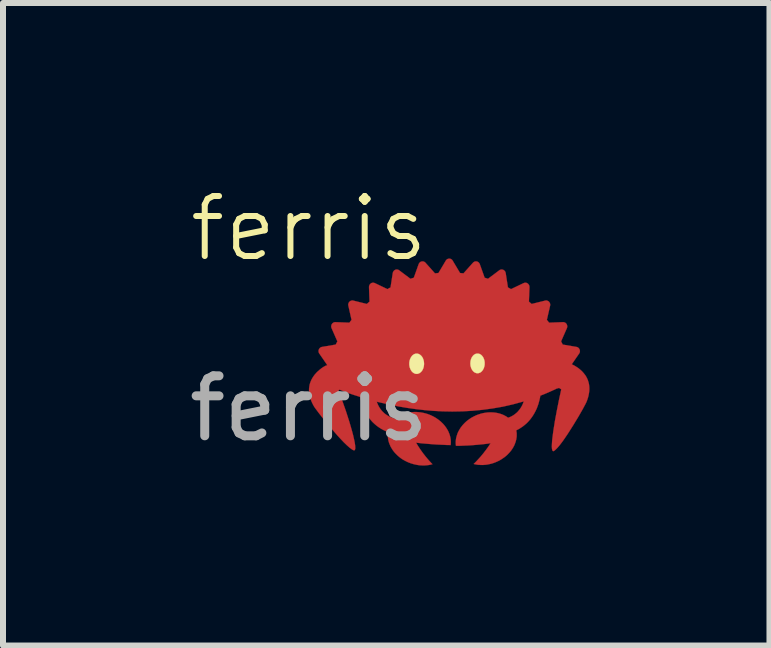
<source format=kicad_pcb>
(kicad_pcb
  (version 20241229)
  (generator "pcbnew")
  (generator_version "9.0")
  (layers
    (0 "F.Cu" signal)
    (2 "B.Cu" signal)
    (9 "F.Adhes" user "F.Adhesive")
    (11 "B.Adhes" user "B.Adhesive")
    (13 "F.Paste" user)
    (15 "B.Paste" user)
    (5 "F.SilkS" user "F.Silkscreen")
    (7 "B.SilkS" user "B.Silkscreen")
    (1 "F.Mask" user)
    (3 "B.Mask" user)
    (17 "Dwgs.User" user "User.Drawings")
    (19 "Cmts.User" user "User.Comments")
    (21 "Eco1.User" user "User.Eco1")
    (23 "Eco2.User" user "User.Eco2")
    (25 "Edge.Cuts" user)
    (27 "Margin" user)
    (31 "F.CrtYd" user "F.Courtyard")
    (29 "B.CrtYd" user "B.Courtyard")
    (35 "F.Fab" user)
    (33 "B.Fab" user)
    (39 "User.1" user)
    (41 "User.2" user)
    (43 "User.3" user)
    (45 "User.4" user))
  (footprint "ferris"
    (layer "F.Cu")
    (at 2.101 1.26)
    (property "Reference" "ferris" (at 0 -0.5 0) (unlocked yes) (layer "F.SilkS") (effects (font (size 1 1) (thickness 0.1))))
    (attr smd)
    (fp_poly (pts (xy 1.929 1.562) (xy 1.949 1.564) (xy 1.968 1.566) (xy 1.988 1.57) (xy 2.008 1.576) (xy 2.027 1.582) (xy 2.047 1.591) (xy 2.066 1.601) (xy 2.084 1.614) (xy 2.102 1.628) (xy 2.119 1.645) (xy 2.135 1.663) (xy 2.15 1.685) (xy 2.164 1.709) (xy 2.177 1.735) (xy 2.188 1.764) (xy 2.198 1.797) (xy 2.202 1.815) (xy 2.205 1.836) (xy 2.208 1.863) (xy 2.21 1.895) (xy 2.21 1.931) (xy 2.207 1.969) (xy 2.204 1.989) (xy 2.2 2.009) (xy 2.195 2.03) (xy 2.188 2.05) (xy 2.18 2.07) (xy 2.171 2.089) (xy 2.16 2.108) (xy 2.147 2.127) (xy 2.133 2.144) (xy 2.116 2.161) (xy 2.097 2.176) (xy 2.077 2.19) (xy 2.053 2.203) (xy 2.028 2.214) (xy 2 2.223) (xy 1.969 2.231) (xy 1.936 2.237) (xy 1.899 2.24) (xy 1.878 2.235) (xy 1.854 2.227) (xy 1.824 2.216) (xy 1.791 2.2) (xy 1.755 2.18) (xy 1.737 2.168) (xy 1.719 2.154) (xy 1.702 2.139) (xy 1.686 2.123) (xy 1.67 2.104) (xy 1.656 2.085) (xy 1.644 2.063) (xy 1.633 2.04) (xy 1.624 2.014) (xy 1.618 1.987) (xy 1.614 1.958) (xy 1.613 1.927) (xy 1.615 1.894) (xy 1.62 1.859) (xy 1.629 1.821) (xy 1.641 1.781) (xy 1.658 1.739) (xy 1.679 1.695) (xy 1.704 1.648) (xy 1.735 1.598) (xy 1.735 1.598) (xy 1.75 1.592) (xy 1.769 1.585) (xy 1.793 1.578) (xy 1.822 1.571) (xy 1.855 1.566) (xy 1.873 1.564) (xy 1.891 1.562) (xy 1.91 1.562)) (stroke (width 0.004) (type solid)) (fill yes) (layer "F.Cu"))
    (fp_poly (pts (xy 2.915 1.558) (xy 2.933 1.56) (xy 2.951 1.563) (xy 2.97 1.568) (xy 2.989 1.575) (xy 3.008 1.584) (xy 3.028 1.595) (xy 3.048 1.608) (xy 3.067 1.623) (xy 3.087 1.641) (xy 3.107 1.661) (xy 3.114 1.675) (xy 3.131 1.712) (xy 3.141 1.738) (xy 3.151 1.768) (xy 3.161 1.8) (xy 3.17 1.836) (xy 3.173 1.854) (xy 3.176 1.873) (xy 3.179 1.892) (xy 3.181 1.911) (xy 3.181 1.931) (xy 3.181 1.95) (xy 3.18 1.969) (xy 3.178 1.988) (xy 3.174 2.007) (xy 3.169 2.026) (xy 3.163 2.044) (xy 3.155 2.062) (xy 3.146 2.079) (xy 3.135 2.096) (xy 3.122 2.111) (xy 3.107 2.126) (xy 3.095 2.135) (xy 3.081 2.145) (xy 3.062 2.157) (xy 3.039 2.17) (xy 3.013 2.184) (xy 2.983 2.197) (xy 2.968 2.202) (xy 2.952 2.208) (xy 2.935 2.213) (xy 2.918 2.217) (xy 2.901 2.22) (xy 2.883 2.222) (xy 2.866 2.223) (xy 2.848 2.223) (xy 2.83 2.221) (xy 2.813 2.218) (xy 2.795 2.213) (xy 2.778 2.207) (xy 2.761 2.199) (xy 2.744 2.189) (xy 2.728 2.177) (xy 2.712 2.162) (xy 2.697 2.146) (xy 2.682 2.126) (xy 2.675 2.119) (xy 2.667 2.109) (xy 2.657 2.095) (xy 2.646 2.078) (xy 2.64 2.068) (xy 2.634 2.057) (xy 2.629 2.045) (xy 2.624 2.032) (xy 2.619 2.019) (xy 2.614 2.004) (xy 2.61 1.989) (xy 2.607 1.973) (xy 2.604 1.956) (xy 2.602 1.938) (xy 2.602 1.919) (xy 2.602 1.9) (xy 2.603 1.879) (xy 2.606 1.858) (xy 2.61 1.836) (xy 2.615 1.814) (xy 2.622 1.79) (xy 2.63 1.766) (xy 2.64 1.741) (xy 2.652 1.715) (xy 2.666 1.689) (xy 2.682 1.661) (xy 2.692 1.652) (xy 2.703 1.641) (xy 2.719 1.629) (xy 2.738 1.615) (xy 2.749 1.607) (xy 2.761 1.6) (xy 2.773 1.593) (xy 2.787 1.586) (xy 2.801 1.58) (xy 2.815 1.574) (xy 2.83 1.569) (xy 2.846 1.565) (xy 2.863 1.562) (xy 2.879 1.559) (xy 2.897 1.558)) (stroke (width 0.004) (type solid)) (fill yes) (layer "F.Cu"))
    (fp_poly (pts (xy 1.801 1.585) (xy 1.807 1.585) (xy 1.813 1.586) (xy 1.819 1.588) (xy 1.825 1.59) (xy 1.831 1.592) (xy 1.837 1.595) (xy 1.843 1.598) (xy 1.848 1.601) (xy 1.853 1.605) (xy 1.858 1.609) (xy 1.863 1.613) (xy 1.868 1.618) (xy 1.873 1.623) (xy 1.877 1.628) (xy 1.882 1.634) (xy 1.886 1.64) (xy 1.89 1.646) (xy 1.893 1.652) (xy 1.897 1.659) (xy 1.9 1.666) (xy 1.903 1.673) (xy 1.905 1.68) (xy 1.908 1.688) (xy 1.91 1.695) (xy 1.912 1.703) (xy 1.914 1.711) (xy 1.915 1.72) (xy 1.916 1.728) (xy 1.917 1.736) (xy 1.917 1.745) (xy 1.918 1.754) (xy 1.917 1.771) (xy 1.915 1.788) (xy 1.912 1.804) (xy 1.908 1.819) (xy 1.903 1.834) (xy 1.897 1.848) (xy 1.89 1.861) (xy 1.882 1.873) (xy 1.873 1.884) (xy 1.868 1.889) (xy 1.863 1.894) (xy 1.858 1.898) (xy 1.853 1.902) (xy 1.848 1.906) (xy 1.843 1.909) (xy 1.837 1.912) (xy 1.831 1.915) (xy 1.825 1.917) (xy 1.819 1.919) (xy 1.813 1.921) (xy 1.807 1.922) (xy 1.801 1.922) (xy 1.795 1.923) (xy 1.788 1.922) (xy 1.782 1.922) (xy 1.776 1.921) (xy 1.77 1.919) (xy 1.764 1.917) (xy 1.758 1.915) (xy 1.752 1.912) (xy 1.747 1.909) (xy 1.741 1.906) (xy 1.736 1.902) (xy 1.731 1.898) (xy 1.726 1.894) (xy 1.721 1.889) (xy 1.716 1.884) (xy 1.712 1.879) (xy 1.708 1.873) (xy 1.704 1.867) (xy 1.7 1.861) (xy 1.696 1.855) (xy 1.693 1.848) (xy 1.69 1.841) (xy 1.687 1.834) (xy 1.684 1.827) (xy 1.681 1.819) (xy 1.679 1.812) (xy 1.677 1.804) (xy 1.676 1.796) (xy 1.674 1.788) (xy 1.673 1.779) (xy 1.672 1.771) (xy 1.672 1.762) (xy 1.672 1.754) (xy 1.672 1.736) (xy 1.674 1.72) (xy 1.677 1.703) (xy 1.681 1.688) (xy 1.687 1.673) (xy 1.693 1.659) (xy 1.7 1.646) (xy 1.708 1.634) (xy 1.716 1.623) (xy 1.721 1.618) (xy 1.726 1.613) (xy 1.731 1.609) (xy 1.736 1.605) (xy 1.741 1.601) (xy 1.747 1.598) (xy 1.752 1.595) (xy 1.758 1.592) (xy 1.764 1.59) (xy 1.77 1.588) (xy 1.776 1.586) (xy 1.782 1.585) (xy 1.788 1.585) (xy 1.795 1.585)) (stroke (width 0.004) (type solid)) (fill yes) (layer "F.Cu"))
    (fp_poly (pts (xy 2.815 1.584) (xy 2.821 1.585) (xy 2.827 1.586) (xy 2.833 1.587) (xy 2.839 1.589) (xy 2.845 1.591) (xy 2.85 1.594) (xy 2.856 1.597) (xy 2.861 1.6) (xy 2.866 1.603) (xy 2.871 1.607) (xy 2.876 1.612) (xy 2.88 1.616) (xy 2.885 1.621) (xy 2.889 1.626) (xy 2.893 1.632) (xy 2.897 1.637) (xy 2.901 1.643) (xy 2.905 1.65) (xy 2.908 1.656) (xy 2.911 1.663) (xy 2.914 1.67) (xy 2.917 1.677) (xy 2.919 1.684) (xy 2.921 1.691) (xy 2.923 1.699) (xy 2.925 1.707) (xy 2.926 1.715) (xy 2.927 1.723) (xy 2.928 1.731) (xy 2.928 1.739) (xy 2.928 1.748) (xy 2.928 1.764) (xy 2.926 1.781) (xy 2.923 1.796) (xy 2.919 1.811) (xy 2.914 1.826) (xy 2.908 1.839) (xy 2.901 1.852) (xy 2.893 1.864) (xy 2.885 1.874) (xy 2.88 1.879) (xy 2.876 1.884) (xy 2.871 1.888) (xy 2.866 1.892) (xy 2.861 1.895) (xy 2.856 1.899) (xy 2.85 1.902) (xy 2.845 1.904) (xy 2.839 1.906) (xy 2.833 1.908) (xy 2.827 1.91) (xy 2.821 1.911) (xy 2.815 1.911) (xy 2.809 1.912) (xy 2.803 1.911) (xy 2.797 1.911) (xy 2.791 1.91) (xy 2.785 1.908) (xy 2.779 1.906) (xy 2.774 1.904) (xy 2.768 1.902) (xy 2.763 1.899) (xy 2.757 1.895) (xy 2.752 1.892) (xy 2.747 1.888) (xy 2.742 1.884) (xy 2.738 1.879) (xy 2.733 1.874) (xy 2.729 1.869) (xy 2.725 1.864) (xy 2.721 1.858) (xy 2.717 1.852) (xy 2.714 1.846) (xy 2.71 1.839) (xy 2.707 1.833) (xy 2.704 1.826) (xy 2.702 1.819) (xy 2.699 1.811) (xy 2.697 1.804) (xy 2.695 1.796) (xy 2.694 1.789) (xy 2.692 1.781) (xy 2.691 1.773) (xy 2.691 1.764) (xy 2.69 1.756) (xy 2.69 1.748) (xy 2.691 1.731) (xy 2.692 1.715) (xy 2.695 1.699) (xy 2.699 1.684) (xy 2.704 1.67) (xy 2.71 1.656) (xy 2.717 1.643) (xy 2.725 1.632) (xy 2.733 1.621) (xy 2.738 1.616) (xy 2.742 1.612) (xy 2.747 1.607) (xy 2.752 1.603) (xy 2.757 1.6) (xy 2.763 1.597) (xy 2.768 1.594) (xy 2.774 1.591) (xy 2.779 1.589) (xy 2.785 1.587) (xy 2.791 1.586) (xy 2.797 1.585) (xy 2.803 1.584) (xy 2.809 1.584)) (stroke (width 0.004) (type solid)) (fill yes) (layer "F.Cu"))
    (fp_poly (pts (xy 2.34 0.001) (xy 2.342 0.002) (xy 2.344 0.002) (xy 2.346 0.002) (xy 2.348 0.002) (xy 2.351 0.003) (xy 2.353 0.003) (xy 2.355 0.004) (xy 2.357 0.004) (xy 2.359 0.005) (xy 2.361 0.006) (xy 2.363 0.007) (xy 2.365 0.007) (xy 2.367 0.008) (xy 2.369 0.009) (xy 2.371 0.01) (xy 2.373 0.011) (xy 2.374 0.013) (xy 2.376 0.014) (xy 2.378 0.015) (xy 2.38 0.017) (xy 2.381 0.018) (xy 2.383 0.019) (xy 2.384 0.021) (xy 2.386 0.022) (xy 2.387 0.024) (xy 2.389 0.026) (xy 2.39 0.028) (xy 2.392 0.029) (xy 2.393 0.031) (xy 2.394 0.033) (xy 2.395 0.035) (xy 2.518 0.241) (xy 2.532 0.242) (xy 2.546 0.244) (xy 2.561 0.245) (xy 2.575 0.247) (xy 2.733 0.07) (xy 2.737 0.066) (xy 2.74 0.063) (xy 2.743 0.061) (xy 2.747 0.058) (xy 2.751 0.056) (xy 2.754 0.054) (xy 2.758 0.052) (xy 2.762 0.051) (xy 2.766 0.049) (xy 2.771 0.048) (xy 2.775 0.048) (xy 2.779 0.047) (xy 2.783 0.047) (xy 2.788 0.047) (xy 2.792 0.048) (xy 2.796 0.048) (xy 2.801 0.05) (xy 2.805 0.051) (xy 2.809 0.052) (xy 2.813 0.054) (xy 2.817 0.056) (xy 2.82 0.059) (xy 2.824 0.061) (xy 2.827 0.064) (xy 2.83 0.067) (xy 2.833 0.07) (xy 2.836 0.074) (xy 2.839 0.077) (xy 2.841 0.081) (xy 2.843 0.085) (xy 2.845 0.089) (xy 2.847 0.093) (xy 2.928 0.32) (xy 2.942 0.324) (xy 2.956 0.328) (xy 2.97 0.333) (xy 2.984 0.337) (xy 3.172 0.196) (xy 3.176 0.194) (xy 3.179 0.191) (xy 3.183 0.189) (xy 3.187 0.187) (xy 3.191 0.186) (xy 3.195 0.185) (xy 3.2 0.184) (xy 3.204 0.183) (xy 3.208 0.183) (xy 3.212 0.183) (xy 3.217 0.183) (xy 3.221 0.183) (xy 3.225 0.184) (xy 3.229 0.185) (xy 3.234 0.187) (xy 3.238 0.188) (xy 3.242 0.19) (xy 3.246 0.192) (xy 3.249 0.195) (xy 3.253 0.197) (xy 3.256 0.2) (xy 3.259 0.203) (xy 3.262 0.206) (xy 3.265 0.21) (xy 3.268 0.213) (xy 3.27 0.217) (xy 3.272 0.221) (xy 3.274 0.225) (xy 3.275 0.229) (xy 3.277 0.233) (xy 3.278 0.238) (xy 3.279 0.242) (xy 3.316 0.481) (xy 3.329 0.488) (xy 3.342 0.495) (xy 3.355 0.502) (xy 3.367 0.51) (xy 3.578 0.409) (xy 3.582 0.408) (xy 3.587 0.406) (xy 3.591 0.405) (xy 3.595 0.404) (xy 3.599 0.403) (xy 3.604 0.403) (xy 3.608 0.403) (xy 3.612 0.403) (xy 3.616 0.404) (xy 3.621 0.404) (xy 3.625 0.405) (xy 3.629 0.407) (xy 3.633 0.408) (xy 3.637 0.41) (xy 3.641 0.412) (xy 3.644 0.415) (xy 3.648 0.418) (xy 3.651 0.42) (xy 3.654 0.423) (xy 3.657 0.427) (xy 3.66 0.43) (xy 3.663 0.434) (xy 3.665 0.438) (xy 3.667 0.441) (xy 3.669 0.445) (xy 3.671 0.45) (xy 3.672 0.454) (xy 3.673 0.458) (xy 3.674 0.463) (xy 3.674 0.467) (xy 3.675 0.472) (xy 3.675 0.476) (xy 3.666 0.718) (xy 3.678 0.728) (xy 3.689 0.737) (xy 3.7 0.747) (xy 3.711 0.757) (xy 3.937 0.701) (xy 3.941 0.7) (xy 3.946 0.7) (xy 3.95 0.699) (xy 3.954 0.699) (xy 3.959 0.699) (xy 3.963 0.7) (xy 3.967 0.701) (xy 3.971 0.702) (xy 3.975 0.703) (xy 3.979 0.705) (xy 3.983 0.707) (xy 3.987 0.709) (xy 3.991 0.711) (xy 3.994 0.714) (xy 3.998 0.717) (xy 4.001 0.72) (xy 4.004 0.723) (xy 4.007 0.727) (xy 4.009 0.73) (xy 4.011 0.734) (xy 4.013 0.738) (xy 4.015 0.742) (xy 4.017 0.746) (xy 4.018 0.751) (xy 4.019 0.755) (xy 4.02 0.759) (xy 4.02 0.764) (xy 4.021 0.768) (xy 4.021 0.773) (xy 4.02 0.777) (xy 4.02 0.782) (xy 4.019 0.786) (xy 3.965 1.022) (xy 3.975 1.034) (xy 3.984 1.045) (xy 3.993 1.057) (xy 4.002 1.069) (xy 4.234 1.06) (xy 4.237 1.06) (xy 4.239 1.06) (xy 4.241 1.06) (xy 4.243 1.06) (xy 4.245 1.061) (xy 4.247 1.061) (xy 4.25 1.061) (xy 4.252 1.062) (xy 4.254 1.062) (xy 4.256 1.063) (xy 4.258 1.064) (xy 4.26 1.064) (xy 4.264 1.066) (xy 4.268 1.068) (xy 4.272 1.07) (xy 4.275 1.072) (xy 4.279 1.075) (xy 4.282 1.078) (xy 4.285 1.081) (xy 4.288 1.084) (xy 4.289 1.086) (xy 4.291 1.088) (xy 4.292 1.09) (xy 4.293 1.092) (xy 4.296 1.096) (xy 4.298 1.1) (xy 4.299 1.104) (xy 4.301 1.108) (xy 4.302 1.112) (xy 4.303 1.116) (xy 4.304 1.121) (xy 4.305 1.125) (xy 4.305 1.13) (xy 4.305 1.134) (xy 4.304 1.139) (xy 4.304 1.143) (xy 4.303 1.148) (xy 4.302 1.152) (xy 4.3 1.156) (xy 4.299 1.16) (xy 4.202 1.381) (xy 4.209 1.394) (xy 4.216 1.407) (xy 4.223 1.421) (xy 4.23 1.434) (xy 4.459 1.473) (xy 4.463 1.474) (xy 4.467 1.475) (xy 4.471 1.476) (xy 4.475 1.478) (xy 4.479 1.48) (xy 4.483 1.482) (xy 4.487 1.485) (xy 4.49 1.487) (xy 4.493 1.49) (xy 4.496 1.493) (xy 4.499 1.497) (xy 4.502 1.5) (xy 4.504 1.504) (xy 4.507 1.508) (xy 4.509 1.512) (xy 4.511 1.516) (xy 4.512 1.52) (xy 4.513 1.524) (xy 4.514 1.529) (xy 4.515 1.533) (xy 4.516 1.538) (xy 4.516 1.542) (xy 4.516 1.547) (xy 4.515 1.551) (xy 4.515 1.556) (xy 4.514 1.56) (xy 4.513 1.564) (xy 4.511 1.568) (xy 4.51 1.573) (xy 4.508 1.577) (xy 4.505 1.581) (xy 4.503 1.584) (xy 4.38 1.762) (xy 4.404 1.774) (xy 4.43 1.788) (xy 4.459 1.806) (xy 4.489 1.826) (xy 4.52 1.851) (xy 4.55 1.878) (xy 4.579 1.91) (xy 4.606 1.945) (xy 4.618 1.964) (xy 4.629 1.984) (xy 4.639 2.005) (xy 4.649 2.028) (xy 4.656 2.051) (xy 4.663 2.075) (xy 4.668 2.1) (xy 4.671 2.127) (xy 4.673 2.155) (xy 4.673 2.183) (xy 4.671 2.213) (xy 4.667 2.244) (xy 4.661 2.277) (xy 4.653 2.31) (xy 4.642 2.345) (xy 4.629 2.381) (xy 4.624 2.393) (xy 4.611 2.42) (xy 4.563 2.51) (xy 4.492 2.634) (xy 4.406 2.776) (xy 4.314 2.921) (xy 4.268 2.989) (xy 4.224 3.052) (xy 4.182 3.107) (xy 4.143 3.153) (xy 4.109 3.187) (xy 4.094 3.2) (xy 4.081 3.208) (xy 4.073 3.211) (xy 4.066 3.209) (xy 4.061 3.204) (xy 4.056 3.196) (xy 4.05 3.169) (xy 4.048 3.13) (xy 4.05 3.081) (xy 4.054 3.022) (xy 4.072 2.88) (xy 4.098 2.715) (xy 4.131 2.537) (xy 4.167 2.356) (xy 4.205 2.181) (xy 4.201 2.178) (xy 4.197 2.175) (xy 4.192 2.172) (xy 4.188 2.169) (xy 4.183 2.166) (xy 4.178 2.163) (xy 4.172 2.159) (xy 4.167 2.156) (xy 4.163 2.158) (xy 4.158 2.16) (xy 4.153 2.161) (xy 4.148 2.163) (xy 4.144 2.164) (xy 4.139 2.165) (xy 4.134 2.166) (xy 4.129 2.167) (xy 4.095 2.184) (xy 4.061 2.199) (xy 4.026 2.215) (xy 3.992 2.23) (xy 3.924 2.259) (xy 3.856 2.286) (xy 3.851 2.316) (xy 3.844 2.348) (xy 3.835 2.383) (xy 3.825 2.42) (xy 3.812 2.458) (xy 3.797 2.497) (xy 3.778 2.538) (xy 3.757 2.578) (xy 3.733 2.618) (xy 3.705 2.658) (xy 3.69 2.678) (xy 3.674 2.697) (xy 3.657 2.716) (xy 3.639 2.735) (xy 3.62 2.753) (xy 3.6 2.77) (xy 3.578 2.788) (xy 3.556 2.804) (xy 3.532 2.82) (xy 3.508 2.836) (xy 3.482 2.85) (xy 3.455 2.864) (xy 3.458 2.883) (xy 3.461 2.902) (xy 3.462 2.922) (xy 3.462 2.941) (xy 3.462 2.96) (xy 3.46 2.98) (xy 3.457 2.999) (xy 3.454 3.018) (xy 3.449 3.037) (xy 3.444 3.056) (xy 3.437 3.075) (xy 3.43 3.094) (xy 3.422 3.113) (xy 3.413 3.131) (xy 3.403 3.149) (xy 3.392 3.167) (xy 3.38 3.185) (xy 3.368 3.202) (xy 3.354 3.219) (xy 3.34 3.235) (xy 3.325 3.251) (xy 3.31 3.267) (xy 3.294 3.282) (xy 3.276 3.297) (xy 3.259 3.311) (xy 3.24 3.324) (xy 3.221 3.337) (xy 3.201 3.35) (xy 3.181 3.362) (xy 3.16 3.373) (xy 3.138 3.383) (xy 3.116 3.393) (xy 3.092 3.402) (xy 3.068 3.411) (xy 3.044 3.418) (xy 3.02 3.424) (xy 2.996 3.429) (xy 2.972 3.434) (xy 2.949 3.437) (xy 2.925 3.439) (xy 2.902 3.441) (xy 2.878 3.441) (xy 2.855 3.44) (xy 2.833 3.439) (xy 2.81 3.437) (xy 2.788 3.433) (xy 2.766 3.429) (xy 2.745 3.424) (xy 2.776 3.394) (xy 2.805 3.363) (xy 2.833 3.333) (xy 2.86 3.303) (xy 2.885 3.273) (xy 2.908 3.245) (xy 2.929 3.217) (xy 2.949 3.192) (xy 2.966 3.168) (xy 2.982 3.146) (xy 3.006 3.111) (xy 3.027 3.079) (xy 2.954 3.089) (xy 2.881 3.097) (xy 2.808 3.104) (xy 2.735 3.11) (xy 2.663 3.115) (xy 2.591 3.118) (xy 2.52 3.121) (xy 2.45 3.122) (xy 2.448 3.104) (xy 2.446 3.085) (xy 2.446 3.066) (xy 2.446 3.048) (xy 2.448 3.029) (xy 2.45 3.01) (xy 2.453 2.991) (xy 2.458 2.973) (xy 2.463 2.954) (xy 2.469 2.936) (xy 2.475 2.917) (xy 2.483 2.899) (xy 2.491 2.881) (xy 2.501 2.864) (xy 2.511 2.846) (xy 2.522 2.829) (xy 2.533 2.812) (xy 2.546 2.796) (xy 2.559 2.779) (xy 2.573 2.764) (xy 2.588 2.748) (xy 2.603 2.733) (xy 2.619 2.718) (xy 2.636 2.704) (xy 2.653 2.691) (xy 2.671 2.678) (xy 2.69 2.665) (xy 2.709 2.653) (xy 2.729 2.642) (xy 2.75 2.631) (xy 2.771 2.621) (xy 2.792 2.611) (xy 2.828 2.598) (xy 2.865 2.586) (xy 2.901 2.577) (xy 2.937 2.571) (xy 2.973 2.566) (xy 3.008 2.564) (xy 3.044 2.564) (xy 3.078 2.566) (xy 3.112 2.57) (xy 3.145 2.576) (xy 3.177 2.584) (xy 3.208 2.594) (xy 3.238 2.606) (xy 3.266 2.62) (xy 3.294 2.636) (xy 3.319 2.654) (xy 3.337 2.647) (xy 3.355 2.64) (xy 3.373 2.631) (xy 3.392 2.621) (xy 3.41 2.61) (xy 3.428 2.597) (xy 3.446 2.583) (xy 3.464 2.568) (xy 3.481 2.551) (xy 3.497 2.532) (xy 3.513 2.512) (xy 3.529 2.49) (xy 3.543 2.466) (xy 3.557 2.439) (xy 3.569 2.411) (xy 3.58 2.381) (xy 3.405 2.429) (xy 3.231 2.469) (xy 3.058 2.499) (xy 2.887 2.522) (xy 2.718 2.538) (xy 2.552 2.547) (xy 2.389 2.55) (xy 2.229 2.547) (xy 2.073 2.539) (xy 1.922 2.526) (xy 1.775 2.509) (xy 1.634 2.489) (xy 1.498 2.466) (xy 1.368 2.441) (xy 1.129 2.386) (xy 1.136 2.404) (xy 1.143 2.421) (xy 1.15 2.438) (xy 1.158 2.454) (xy 1.166 2.469) (xy 1.175 2.484) (xy 1.184 2.498) (xy 1.193 2.511) (xy 1.203 2.523) (xy 1.212 2.535) (xy 1.222 2.547) (xy 1.233 2.557) (xy 1.243 2.567) (xy 1.253 2.577) (xy 1.275 2.594) (xy 1.297 2.609) (xy 1.319 2.623) (xy 1.341 2.634) (xy 1.362 2.644) (xy 1.384 2.652) (xy 1.405 2.659) (xy 1.425 2.665) (xy 1.445 2.669) (xy 1.47 2.649) (xy 1.496 2.632) (xy 1.525 2.616) (xy 1.554 2.602) (xy 1.585 2.589) (xy 1.617 2.579) (xy 1.651 2.571) (xy 1.685 2.565) (xy 1.72 2.56) (xy 1.755 2.558) (xy 1.792 2.558) (xy 1.829 2.561) (xy 1.866 2.565) (xy 1.903 2.572) (xy 1.941 2.581) (xy 1.978 2.592) (xy 2.002 2.601) (xy 2.025 2.61) (xy 2.047 2.62) (xy 2.069 2.631) (xy 2.09 2.642) (xy 2.11 2.654) (xy 2.13 2.667) (xy 2.149 2.68) (xy 2.167 2.694) (xy 2.185 2.708) (xy 2.202 2.723) (xy 2.218 2.739) (xy 2.234 2.754) (xy 2.249 2.771) (xy 2.262 2.787) (xy 2.276 2.805) (xy 2.288 2.822) (xy 2.299 2.84) (xy 2.31 2.858) (xy 2.32 2.876) (xy 2.328 2.895) (xy 2.336 2.914) (xy 2.343 2.933) (xy 2.349 2.952) (xy 2.354 2.972) (xy 2.358 2.991) (xy 2.361 3.011) (xy 2.363 3.031) (xy 2.364 3.05) (xy 2.364 3.07) (xy 2.363 3.09) (xy 2.361 3.109) (xy 2.3 3.108) (xy 2.241 3.105) (xy 2.131 3.1) (xy 2.032 3.093) (xy 1.948 3.086) (xy 1.879 3.08) (xy 1.828 3.074) (xy 1.785 3.069) (xy 1.805 3.103) (xy 1.828 3.14) (xy 1.86 3.188) (xy 1.9 3.244) (xy 1.923 3.273) (xy 1.947 3.304) (xy 1.973 3.335) (xy 2 3.366) (xy 2.028 3.397) (xy 2.058 3.428) (xy 2.038 3.433) (xy 2.017 3.438) (xy 1.996 3.442) (xy 1.974 3.444) (xy 1.952 3.447) (xy 1.93 3.448) (xy 1.908 3.448) (xy 1.885 3.448) (xy 1.862 3.447) (xy 1.839 3.445) (xy 1.816 3.442) (xy 1.793 3.438) (xy 1.77 3.433) (xy 1.747 3.428) (xy 1.723 3.421) (xy 1.7 3.414) (xy 1.676 3.405) (xy 1.653 3.396) (xy 1.631 3.386) (xy 1.609 3.375) (xy 1.588 3.364) (xy 1.567 3.352) (xy 1.547 3.339) (xy 1.528 3.326) (xy 1.51 3.312) (xy 1.492 3.297) (xy 1.475 3.282) (xy 1.459 3.266) (xy 1.443 3.25) (xy 1.428 3.234) (xy 1.414 3.217) (xy 1.401 3.2) (xy 1.389 3.182) (xy 1.378 3.164) (xy 1.367 3.146) (xy 1.357 3.127) (xy 1.349 3.108) (xy 1.341 3.089) (xy 1.334 3.07) (xy 1.328 3.051) (xy 1.323 3.031) (xy 1.319 3.011) (xy 1.317 2.992) (xy 1.315 2.972) (xy 1.314 2.952) (xy 1.314 2.932) (xy 1.315 2.912) (xy 1.318 2.892) (xy 1.287 2.88) (xy 1.258 2.867) (xy 1.23 2.853) (xy 1.203 2.838) (xy 1.178 2.822) (xy 1.154 2.806) (xy 1.131 2.789) (xy 1.109 2.771) (xy 1.088 2.753) (xy 1.069 2.735) (xy 1.05 2.716) (xy 1.033 2.696) (xy 1.016 2.676) (xy 1.001 2.656) (xy 0.973 2.616) (xy 0.948 2.574) (xy 0.927 2.533) (xy 0.909 2.492) (xy 0.893 2.452) (xy 0.88 2.413) (xy 0.87 2.376) (xy 0.862 2.34) (xy 0.855 2.308) (xy 0.798 2.289) (xy 0.744 2.272) (xy 0.694 2.255) (xy 0.648 2.239) (xy 0.607 2.224) (xy 0.57 2.21) (xy 0.508 2.185) (xy 0.504 2.189) (xy 0.5 2.193) (xy 0.498 2.195) (xy 0.496 2.197) (xy 0.494 2.199) (xy 0.492 2.201) (xy 0.554 2.368) (xy 0.615 2.542) (xy 0.67 2.713) (xy 0.694 2.794) (xy 0.716 2.872) (xy 0.735 2.943) (xy 0.75 3.009) (xy 0.762 3.066) (xy 0.769 3.115) (xy 0.771 3.153) (xy 0.771 3.168) (xy 0.768 3.18) (xy 0.765 3.189) (xy 0.76 3.195) (xy 0.753 3.197) (xy 0.745 3.196) (xy 0.73 3.19) (xy 0.714 3.18) (xy 0.675 3.151) (xy 0.63 3.111) (xy 0.58 3.063) (xy 0.527 3.007) (xy 0.472 2.947) (xy 0.359 2.817) (xy 0.253 2.689) (xy 0.165 2.577) (xy 0.104 2.495) (xy 0.087 2.471) (xy 0.08 2.459) (xy 0.058 2.418) (xy 0.04 2.378) (xy 0.025 2.339) (xy 0.014 2.301) (xy 0.006 2.265) (xy 0.002 2.23) (xy 0.000011 2.197) (xy 0.001 2.165) (xy 0.005 2.134) (xy 0.01 2.104) (xy 0.018 2.076) (xy 0.028 2.049) (xy 0.039 2.023) (xy 0.052 1.999) (xy 0.066 1.976) (xy 0.081 1.954) (xy 0.096 1.934) (xy 0.113 1.915) (xy 0.129 1.897) (xy 0.146 1.881) (xy 0.179 1.852) (xy 0.209 1.828) (xy 0.236 1.81) (xy 0.258 1.797) (xy 0.277 1.786) (xy 0.278 1.786) (xy 0.28 1.787) (xy 0.281 1.787) (xy 0.283 1.787) (xy 0.285 1.786) (xy 0.288 1.784) (xy 0.291 1.783) (xy 0.293 1.781) (xy 0.296 1.78) (xy 0.299 1.779) (xy 0.302 1.777) (xy 0.304 1.776) (xy 0.172 1.584) (xy 0.169 1.581) (xy 0.167 1.577) (xy 0.165 1.573) (xy 0.164 1.568) (xy 0.162 1.564) (xy 0.161 1.56) (xy 0.16 1.556) (xy 0.16 1.551) (xy 0.159 1.547) (xy 0.159 1.542) (xy 0.159 1.538) (xy 0.16 1.533) (xy 0.16 1.529) (xy 0.161 1.524) (xy 0.163 1.52) (xy 0.164 1.516) (xy 0.166 1.512) (xy 0.168 1.508) (xy 0.17 1.504) (xy 0.173 1.5) (xy 0.176 1.497) (xy 0.179 1.493) (xy 0.182 1.49) (xy 0.185 1.487) (xy 0.188 1.485) (xy 0.192 1.482) (xy 0.196 1.48) (xy 0.2 1.478) (xy 0.204 1.476) (xy 0.208 1.475) (xy 0.212 1.474) (xy 0.216 1.473) (xy 0.445 1.434) (xy 0.452 1.421) (xy 0.459 1.407) (xy 0.466 1.394) (xy 0.473 1.381) (xy 0.376 1.16) (xy 0.375 1.156) (xy 0.373 1.152) (xy 0.372 1.148) (xy 0.371 1.143) (xy 0.371 1.139) (xy 0.37 1.134) (xy 0.37 1.13) (xy 0.37 1.125) (xy 0.371 1.121) (xy 0.372 1.116) (xy 0.373 1.112) (xy 0.374 1.108) (xy 0.375 1.104) (xy 0.377 1.1) (xy 0.379 1.096) (xy 0.382 1.092) (xy 0.384 1.088) (xy 0.387 1.084) (xy 0.39 1.081) (xy 0.393 1.078) (xy 0.396 1.075) (xy 0.4 1.073) (xy 0.403 1.07) (xy 0.407 1.068) (xy 0.411 1.066) (xy 0.415 1.064) (xy 0.419 1.063) (xy 0.423 1.062) (xy 0.428 1.061) (xy 0.432 1.061) (xy 0.436 1.06) (xy 0.441 1.06) (xy 0.673 1.069) (xy 0.682 1.057) (xy 0.691 1.045) (xy 0.7 1.034) (xy 0.709 1.022) (xy 0.656 0.786) (xy 0.655 0.782) (xy 0.655 0.777) (xy 0.654 0.773) (xy 0.654 0.768) (xy 0.654 0.764) (xy 0.655 0.759) (xy 0.656 0.755) (xy 0.657 0.751) (xy 0.658 0.746) (xy 0.66 0.742) (xy 0.661 0.738) (xy 0.664 0.734) (xy 0.666 0.73) (xy 0.668 0.727) (xy 0.671 0.723) (xy 0.674 0.72) (xy 0.677 0.717) (xy 0.681 0.714) (xy 0.684 0.711) (xy 0.688 0.709) (xy 0.692 0.707) (xy 0.696 0.705) (xy 0.7 0.703) (xy 0.704 0.702) (xy 0.708 0.701) (xy 0.712 0.7) (xy 0.716 0.699) (xy 0.721 0.699) (xy 0.725 0.699) (xy 0.729 0.7) (xy 0.734 0.7) (xy 0.738 0.701) (xy 0.964 0.757) (xy 0.975 0.747) (xy 0.986 0.737) (xy 0.997 0.728) (xy 1.009 0.718) (xy 1 0.476) (xy 1 0.472) (xy 1.001 0.467) (xy 1.001 0.463) (xy 1.002 0.458) (xy 1.003 0.454) (xy 1.004 0.45) (xy 1.006 0.445) (xy 1.008 0.441) (xy 1.01 0.438) (xy 1.012 0.434) (xy 1.015 0.43) (xy 1.018 0.427) (xy 1.021 0.423) (xy 1.024 0.42) (xy 1.027 0.418) (xy 1.031 0.415) (xy 1.034 0.412) (xy 1.038 0.41) (xy 1.042 0.408) (xy 1.046 0.407) (xy 1.05 0.405) (xy 1.054 0.404) (xy 1.059 0.404) (xy 1.063 0.403) (xy 1.067 0.403) (xy 1.071 0.403) (xy 1.076 0.403) (xy 1.08 0.404) (xy 1.084 0.405) (xy 1.088 0.406) (xy 1.093 0.408) (xy 1.097 0.409) (xy 1.308 0.51) (xy 1.32 0.502) (xy 1.333 0.495) (xy 1.346 0.488) (xy 1.359 0.481) (xy 1.396 0.242) (xy 1.397 0.238) (xy 1.398 0.233) (xy 1.4 0.229) (xy 1.401 0.225) (xy 1.403 0.221) (xy 1.405 0.217) (xy 1.408 0.213) (xy 1.41 0.21) (xy 1.413 0.206) (xy 1.416 0.203) (xy 1.419 0.2) (xy 1.422 0.197) (xy 1.426 0.195) (xy 1.429 0.192) (xy 1.433 0.19) (xy 1.437 0.188) (xy 1.441 0.186) (xy 1.446 0.185) (xy 1.45 0.184) (xy 1.454 0.183) (xy 1.458 0.183) (xy 1.463 0.183) (xy 1.467 0.183) (xy 1.471 0.183) (xy 1.475 0.184) (xy 1.48 0.185) (xy 1.484 0.186) (xy 1.488 0.187) (xy 1.492 0.189) (xy 1.496 0.191) (xy 1.499 0.194) (xy 1.503 0.196) (xy 1.691 0.337) (xy 1.705 0.333) (xy 1.719 0.328) (xy 1.733 0.324) (xy 1.747 0.32) (xy 1.828 0.093) (xy 1.83 0.089) (xy 1.832 0.085) (xy 1.834 0.081) (xy 1.836 0.077) (xy 1.839 0.074) (xy 1.842 0.07) (xy 1.845 0.067) (xy 1.848 0.064) (xy 1.851 0.061) (xy 1.855 0.059) (xy 1.858 0.056) (xy 1.862 0.054) (xy 1.866 0.052) (xy 1.87 0.051) (xy 1.874 0.05) (xy 1.879 0.048) (xy 1.883 0.048) (xy 1.887 0.047) (xy 1.892 0.047) (xy 1.896 0.047) (xy 1.9 0.048) (xy 1.904 0.048) (xy 1.909 0.049) (xy 1.913 0.051) (xy 1.917 0.052) (xy 1.921 0.054) (xy 1.925 0.056) (xy 1.928 0.058) (xy 1.932 0.061) (xy 1.935 0.063) (xy 1.939 0.066) (xy 1.942 0.07) (xy 2.1 0.247) (xy 2.114 0.245) (xy 2.129 0.244) (xy 2.143 0.242) (xy 2.158 0.241) (xy 2.28 0.035) (xy 2.282 0.031) (xy 2.285 0.028) (xy 2.288 0.024) (xy 2.291 0.021) (xy 2.294 0.018) (xy 2.297 0.015) (xy 2.301 0.013) (xy 2.304 0.01) (xy 2.308 0.008) (xy 2.312 0.007) (xy 2.316 0.005) (xy 2.32 0.004) (xy 2.325 0.003) (xy 2.329 0.002) (xy 2.333 0.002) (xy 2.338 0.001)) (stroke (width 0.004) (type solid)) (fill yes) (layer "F.Cu"))
    (fp_poly (pts (xy 2.34 0.001) (xy 2.342 0.002) (xy 2.344 0.002) (xy 2.346 0.002) (xy 2.348 0.002) (xy 2.351 0.003) (xy 2.353 0.003) (xy 2.355 0.004) (xy 2.357 0.004) (xy 2.359 0.005) (xy 2.361 0.006) (xy 2.363 0.007) (xy 2.365 0.007) (xy 2.367 0.008) (xy 2.369 0.009) (xy 2.371 0.01) (xy 2.373 0.011) (xy 2.374 0.013) (xy 2.376 0.014) (xy 2.378 0.015) (xy 2.38 0.017) (xy 2.381 0.018) (xy 2.383 0.019) (xy 2.384 0.021) (xy 2.386 0.022) (xy 2.387 0.024) (xy 2.389 0.026) (xy 2.39 0.028) (xy 2.392 0.029) (xy 2.393 0.031) (xy 2.394 0.033) (xy 2.395 0.035) (xy 2.518 0.241) (xy 2.532 0.242) (xy 2.546 0.244) (xy 2.561 0.245) (xy 2.575 0.247) (xy 2.733 0.07) (xy 2.737 0.066) (xy 2.74 0.063) (xy 2.743 0.061) (xy 2.747 0.058) (xy 2.751 0.056) (xy 2.754 0.054) (xy 2.758 0.052) (xy 2.762 0.051) (xy 2.766 0.049) (xy 2.771 0.048) (xy 2.775 0.048) (xy 2.779 0.047) (xy 2.783 0.047) (xy 2.788 0.047) (xy 2.792 0.048) (xy 2.796 0.048) (xy 2.801 0.05) (xy 2.805 0.051) (xy 2.809 0.052) (xy 2.813 0.054) (xy 2.817 0.056) (xy 2.82 0.059) (xy 2.824 0.061) (xy 2.827 0.064) (xy 2.83 0.067) (xy 2.833 0.07) (xy 2.836 0.074) (xy 2.839 0.077) (xy 2.841 0.081) (xy 2.843 0.085) (xy 2.845 0.089) (xy 2.847 0.093) (xy 2.928 0.32) (xy 2.942 0.324) (xy 2.956 0.328) (xy 2.97 0.333) (xy 2.984 0.337) (xy 3.172 0.196) (xy 3.176 0.194) (xy 3.179 0.191) (xy 3.183 0.189) (xy 3.187 0.187) (xy 3.191 0.186) (xy 3.195 0.185) (xy 3.2 0.184) (xy 3.204 0.183) (xy 3.208 0.183) (xy 3.212 0.183) (xy 3.217 0.183) (xy 3.221 0.183) (xy 3.225 0.184) (xy 3.229 0.185) (xy 3.234 0.187) (xy 3.238 0.188) (xy 3.242 0.19) (xy 3.246 0.192) (xy 3.249 0.195) (xy 3.253 0.197) (xy 3.256 0.2) (xy 3.259 0.203) (xy 3.262 0.206) (xy 3.265 0.21) (xy 3.268 0.213) (xy 3.27 0.217) (xy 3.272 0.221) (xy 3.274 0.225) (xy 3.275 0.229) (xy 3.277 0.233) (xy 3.278 0.238) (xy 3.279 0.242) (xy 3.316 0.481) (xy 3.329 0.488) (xy 3.342 0.495) (xy 3.355 0.502) (xy 3.367 0.51) (xy 3.578 0.409) (xy 3.582 0.408) (xy 3.587 0.406) (xy 3.591 0.405) (xy 3.595 0.404) (xy 3.599 0.403) (xy 3.604 0.403) (xy 3.608 0.403) (xy 3.612 0.403) (xy 3.616 0.404) (xy 3.621 0.404) (xy 3.625 0.405) (xy 3.629 0.407) (xy 3.633 0.408) (xy 3.637 0.41) (xy 3.641 0.412) (xy 3.644 0.415) (xy 3.648 0.418) (xy 3.651 0.42) (xy 3.654 0.423) (xy 3.657 0.427) (xy 3.66 0.43) (xy 3.663 0.434) (xy 3.665 0.438) (xy 3.667 0.441) (xy 3.669 0.445) (xy 3.671 0.45) (xy 3.672 0.454) (xy 3.673 0.458) (xy 3.674 0.463) (xy 3.674 0.467) (xy 3.675 0.472) (xy 3.675 0.476) (xy 3.666 0.718) (xy 3.678 0.728) (xy 3.689 0.737) (xy 3.7 0.747) (xy 3.711 0.757) (xy 3.937 0.701) (xy 3.941 0.7) (xy 3.946 0.7) (xy 3.95 0.699) (xy 3.954 0.699) (xy 3.959 0.699) (xy 3.963 0.7) (xy 3.967 0.701) (xy 3.971 0.702) (xy 3.975 0.703) (xy 3.979 0.705) (xy 3.983 0.707) (xy 3.987 0.709) (xy 3.991 0.711) (xy 3.994 0.714) (xy 3.998 0.717) (xy 4.001 0.72) (xy 4.004 0.723) (xy 4.007 0.727) (xy 4.009 0.73) (xy 4.011 0.734) (xy 4.013 0.738) (xy 4.015 0.742) (xy 4.017 0.746) (xy 4.018 0.751) (xy 4.019 0.755) (xy 4.02 0.759) (xy 4.02 0.764) (xy 4.021 0.768) (xy 4.021 0.773) (xy 4.02 0.777) (xy 4.02 0.782) (xy 4.019 0.786) (xy 3.965 1.022) (xy 3.975 1.034) (xy 3.984 1.045) (xy 3.993 1.057) (xy 4.002 1.069) (xy 4.234 1.06) (xy 4.237 1.06) (xy 4.239 1.06) (xy 4.241 1.06) (xy 4.243 1.06) (xy 4.245 1.061) (xy 4.247 1.061) (xy 4.25 1.061) (xy 4.252 1.062) (xy 4.254 1.062) (xy 4.256 1.063) (xy 4.258 1.064) (xy 4.26 1.064) (xy 4.264 1.066) (xy 4.268 1.068) (xy 4.272 1.07) (xy 4.275 1.072) (xy 4.279 1.075) (xy 4.282 1.078) (xy 4.285 1.081) (xy 4.288 1.084) (xy 4.289 1.086) (xy 4.291 1.088) (xy 4.292 1.09) (xy 4.293 1.092) (xy 4.296 1.096) (xy 4.298 1.1) (xy 4.299 1.104) (xy 4.301 1.108) (xy 4.302 1.112) (xy 4.303 1.116) (xy 4.304 1.121) (xy 4.305 1.125) (xy 4.305 1.13) (xy 4.305 1.134) (xy 4.304 1.139) (xy 4.304 1.143) (xy 4.303 1.148) (xy 4.302 1.152) (xy 4.3 1.156) (xy 4.299 1.16) (xy 4.202 1.381) (xy 4.209 1.394) (xy 4.216 1.407) (xy 4.223 1.421) (xy 4.23 1.434) (xy 4.459 1.473) (xy 4.463 1.474) (xy 4.467 1.475) (xy 4.471 1.476) (xy 4.475 1.478) (xy 4.479 1.48) (xy 4.483 1.482) (xy 4.487 1.485) (xy 4.49 1.487) (xy 4.493 1.49) (xy 4.496 1.493) (xy 4.499 1.497) (xy 4.502 1.5) (xy 4.504 1.504) (xy 4.507 1.508) (xy 4.509 1.512) (xy 4.511 1.516) (xy 4.512 1.52) (xy 4.513 1.524) (xy 4.514 1.529) (xy 4.515 1.533) (xy 4.516 1.538) (xy 4.516 1.542) (xy 4.516 1.547) (xy 4.515 1.551) (xy 4.515 1.556) (xy 4.514 1.56) (xy 4.513 1.564) (xy 4.511 1.568) (xy 4.51 1.573) (xy 4.508 1.577) (xy 4.505 1.581) (xy 4.503 1.584) (xy 4.38 1.762) (xy 4.404 1.774) (xy 4.43 1.788) (xy 4.459 1.806) (xy 4.489 1.826) (xy 4.52 1.851) (xy 4.55 1.878) (xy 4.579 1.91) (xy 4.606 1.945) (xy 4.618 1.964) (xy 4.629 1.984) (xy 4.639 2.005) (xy 4.649 2.028) (xy 4.656 2.051) (xy 4.663 2.075) (xy 4.668 2.1) (xy 4.671 2.127) (xy 4.673 2.155) (xy 4.673 2.183) (xy 4.671 2.213) (xy 4.667 2.244) (xy 4.661 2.277) (xy 4.653 2.31) (xy 4.642 2.345) (xy 4.629 2.381) (xy 4.624 2.393) (xy 4.611 2.42) (xy 4.563 2.51) (xy 4.492 2.634) (xy 4.406 2.776) (xy 4.314 2.921) (xy 4.268 2.989) (xy 4.224 3.052) (xy 4.182 3.107) (xy 4.143 3.153) (xy 4.109 3.187) (xy 4.094 3.2) (xy 4.081 3.208) (xy 4.075 3.21) (xy 4.069 3.21) (xy 4.065 3.208) (xy 4.061 3.204) (xy 4.054 3.19) (xy 4.05 3.169) (xy 4.048 3.141) (xy 4.049 3.107) (xy 4.054 3.021) (xy 4.067 2.917) (xy 4.084 2.799) (xy 4.106 2.67) (xy 4.131 2.535) (xy 4.089 2.583) (xy 4.043 2.633) (xy 3.995 2.684) (xy 3.947 2.733) (xy 3.924 2.755) (xy 3.902 2.776) (xy 3.881 2.795) (xy 3.862 2.811) (xy 3.844 2.825) (xy 3.828 2.835) (xy 3.821 2.839) (xy 3.814 2.843) (xy 3.808 2.845) (xy 3.803 2.846) (xy 3.8 2.846) (xy 3.797 2.845) (xy 3.795 2.842) (xy 3.793 2.839) (xy 3.791 2.828) (xy 3.791 2.813) (xy 3.793 2.795) (xy 3.796 2.773) (xy 3.807 2.719) (xy 3.823 2.655) (xy 3.844 2.582) (xy 3.869 2.504) (xy 3.898 2.422) (xy 3.878 2.428) (xy 3.857 2.435) (xy 3.837 2.441) (xy 3.816 2.447) (xy 3.806 2.474) (xy 3.794 2.502) (xy 3.782 2.531) (xy 3.767 2.559) (xy 3.752 2.588) (xy 3.734 2.616) (xy 3.715 2.644) (xy 3.695 2.672) (xy 3.672 2.699) (xy 3.647 2.726) (xy 3.621 2.752) (xy 3.592 2.777) (xy 3.561 2.801) (xy 3.528 2.823) (xy 3.493 2.844) (xy 3.474 2.854) (xy 3.455 2.864) (xy 3.458 2.883) (xy 3.461 2.902) (xy 3.462 2.922) (xy 3.462 2.941) (xy 3.462 2.96) (xy 3.46 2.98) (xy 3.457 2.999) (xy 3.454 3.018) (xy 3.449 3.037) (xy 3.444 3.056) (xy 3.437 3.075) (xy 3.43 3.094) (xy 3.422 3.113) (xy 3.413 3.131) (xy 3.403 3.149) (xy 3.392 3.167) (xy 3.38 3.185) (xy 3.368 3.202) (xy 3.354 3.219) (xy 3.34 3.235) (xy 3.325 3.251) (xy 3.31 3.267) (xy 3.294 3.282) (xy 3.276 3.297) (xy 3.259 3.311) (xy 3.24 3.324) (xy 3.221 3.337) (xy 3.201 3.35) (xy 3.181 3.362) (xy 3.16 3.373) (xy 3.138 3.383) (xy 3.116 3.393) (xy 3.092 3.402) (xy 3.068 3.411) (xy 3.044 3.418) (xy 3.02 3.424) (xy 2.996 3.429) (xy 2.972 3.434) (xy 2.949 3.437) (xy 2.925 3.439) (xy 2.902 3.441) (xy 2.878 3.441) (xy 2.855 3.44) (xy 2.833 3.439) (xy 2.81 3.437) (xy 2.788 3.433) (xy 2.766 3.429) (xy 2.745 3.424) (xy 2.776 3.394) (xy 2.805 3.363) (xy 2.833 3.333) (xy 2.86 3.303) (xy 2.885 3.273) (xy 2.908 3.245) (xy 2.929 3.217) (xy 2.949 3.192) (xy 2.966 3.168) (xy 2.982 3.146) (xy 3.006 3.111) (xy 3.027 3.079) (xy 2.954 3.089) (xy 2.881 3.097) (xy 2.808 3.104) (xy 2.735 3.11) (xy 2.663 3.115) (xy 2.591 3.118) (xy 2.52 3.121) (xy 2.45 3.122) (xy 2.448 3.104) (xy 2.446 3.085) (xy 2.446 3.067) (xy 2.446 3.048) (xy 2.448 3.03) (xy 2.45 3.011) (xy 2.453 2.993) (xy 2.457 2.975) (xy 2.462 2.956) (xy 2.468 2.938) (xy 2.474 2.92) (xy 2.482 2.902) (xy 2.49 2.884) (xy 2.499 2.867) (xy 2.509 2.85) (xy 2.519 2.833) (xy 2.531 2.816) (xy 2.543 2.799) (xy 2.556 2.783) (xy 2.569 2.768) (xy 2.584 2.752) (xy 2.599 2.737) (xy 2.614 2.723) (xy 2.631 2.709) (xy 2.648 2.695) (xy 2.665 2.682) (xy 2.683 2.669) (xy 2.702 2.657) (xy 2.722 2.646) (xy 2.742 2.635) (xy 2.762 2.625) (xy 2.784 2.615) (xy 2.67 2.622) (xy 2.554 2.627) (xy 2.436 2.63) (xy 2.317 2.631) (xy 2.251 2.63) (xy 2.186 2.629) (xy 2.122 2.628) (xy 2.058 2.626) (xy 2.096 2.646) (xy 2.131 2.668) (xy 2.165 2.692) (xy 2.196 2.718) (xy 2.225 2.745) (xy 2.251 2.774) (xy 2.275 2.804) (xy 2.297 2.836) (xy 2.315 2.868) (xy 2.331 2.901) (xy 2.344 2.935) (xy 2.349 2.952) (xy 2.354 2.969) (xy 2.357 2.987) (xy 2.36 3.004) (xy 2.363 3.022) (xy 2.364 3.039) (xy 2.364 3.057) (xy 2.364 3.074) (xy 2.363 3.092) (xy 2.361 3.109) (xy 2.3 3.108) (xy 2.241 3.105) (xy 2.131 3.1) (xy 2.032 3.093) (xy 1.948 3.086) (xy 1.879 3.08) (xy 1.828 3.074) (xy 1.785 3.069) (xy 1.805 3.103) (xy 1.828 3.14) (xy 1.86 3.188) (xy 1.9 3.244) (xy 1.923 3.273) (xy 1.947 3.304) (xy 1.973 3.335) (xy 2 3.366) (xy 2.028 3.397) (xy 2.058 3.428) (xy 2.038 3.433) (xy 2.017 3.438) (xy 1.996 3.442) (xy 1.974 3.444) (xy 1.952 3.447) (xy 1.93 3.448) (xy 1.908 3.448) (xy 1.885 3.448) (xy 1.862 3.447) (xy 1.839 3.445) (xy 1.816 3.442) (xy 1.793 3.438) (xy 1.77 3.433) (xy 1.747 3.428) (xy 1.723 3.421) (xy 1.7 3.414) (xy 1.676 3.405) (xy 1.653 3.396) (xy 1.631 3.386) (xy 1.609 3.375) (xy 1.588 3.364) (xy 1.567 3.352) (xy 1.547 3.339) (xy 1.528 3.326) (xy 1.51 3.312) (xy 1.492 3.297) (xy 1.475 3.282) (xy 1.459 3.266) (xy 1.443 3.25) (xy 1.428 3.234) (xy 1.414 3.217) (xy 1.401 3.2) (xy 1.389 3.182) (xy 1.378 3.164) (xy 1.367 3.146) (xy 1.357 3.127) (xy 1.349 3.108) (xy 1.341 3.089) (xy 1.334 3.07) (xy 1.328 3.051) (xy 1.323 3.031) (xy 1.319 3.011) (xy 1.317 2.992) (xy 1.315 2.972) (xy 1.314 2.952) (xy 1.314 2.932) (xy 1.315 2.912) (xy 1.318 2.892) (xy 1.279 2.876) (xy 1.242 2.859) (xy 1.208 2.84) (xy 1.175 2.82) (xy 1.145 2.799) (xy 1.116 2.777) (xy 1.089 2.754) (xy 1.064 2.73) (xy 1.041 2.706) (xy 1.02 2.681) (xy 1 2.655) (xy 0.982 2.629) (xy 0.965 2.603) (xy 0.949 2.576) (xy 0.935 2.55) (xy 0.93 2.538) (xy 1.215 2.538) (xy 1.229 2.553) (xy 1.243 2.567) (xy 1.257 2.58) (xy 1.271 2.591) (xy 1.286 2.602) (xy 1.301 2.612) (xy 1.316 2.621) (xy 1.331 2.629) (xy 1.346 2.637) (xy 1.361 2.643) (xy 1.375 2.649) (xy 1.39 2.654) (xy 1.404 2.659) (xy 1.418 2.663) (xy 1.432 2.666) (xy 1.445 2.669) (xy 1.452 2.663) (xy 1.46 2.657) (xy 1.468 2.651) (xy 1.475 2.645) (xy 1.483 2.64) (xy 1.492 2.635) (xy 1.5 2.629) (xy 1.509 2.624) (xy 1.517 2.62) (xy 1.526 2.615) (xy 1.535 2.611) (xy 1.544 2.606) (xy 1.553 2.602) (xy 1.562 2.598) (xy 1.572 2.594) (xy 1.581 2.591) (xy 1.486 2.58) (xy 1.481 2.579) (xy 3.158 2.579) (xy 3.169 2.582) (xy 3.18 2.585) (xy 3.191 2.588) (xy 3.202 2.592) (xy 3.213 2.596) (xy 3.223 2.6) (xy 3.234 2.604) (xy 3.244 2.609) (xy 3.254 2.614) (xy 3.264 2.619) (xy 3.273 2.624) (xy 3.283 2.629) (xy 3.292 2.635) (xy 3.301 2.641) (xy 3.31 2.647) (xy 3.319 2.654) (xy 3.331 2.65) (xy 3.343 2.645) (xy 3.355 2.64) (xy 3.367 2.634) (xy 3.379 2.628) (xy 3.391 2.622) (xy 3.403 2.615) (xy 3.415 2.607) (xy 3.427 2.599) (xy 3.438 2.59) (xy 3.45 2.58) (xy 3.462 2.57) (xy 3.473 2.559) (xy 3.484 2.547) (xy 3.495 2.535) (xy 3.506 2.522) (xy 3.422 2.538) (xy 3.337 2.553) (xy 3.249 2.566) (xy 3.158 2.579) (xy 1.481 2.579) (xy 1.393 2.567) (xy 1.303 2.553) (xy 1.215 2.538) (xy 0.93 2.538) (xy 0.922 2.523) (xy 0.932 2.557) (xy 0.941 2.59) (xy 0.949 2.622) (xy 0.956 2.652) (xy 0.963 2.68) (xy 0.969 2.707) (xy 0.973 2.732) (xy 0.977 2.755) (xy 0.979 2.775) (xy 0.981 2.793) (xy 0.981 2.808) (xy 0.981 2.815) (xy 0.98 2.821) (xy 0.98 2.826) (xy 0.978 2.831) (xy 0.977 2.834) (xy 0.975 2.837) (xy 0.973 2.839) (xy 0.971 2.84) (xy 0.968 2.84) (xy 0.965 2.84) (xy 0.958 2.837) (xy 0.951 2.833) (xy 0.934 2.821) (xy 0.914 2.805) (xy 0.891 2.785) (xy 0.867 2.761) (xy 0.841 2.734) (xy 0.786 2.675) (xy 0.728 2.609) (xy 0.672 2.543) (xy 0.619 2.478) (xy 0.573 2.421) (xy 0.623 2.566) (xy 0.669 2.709) (xy 0.689 2.778) (xy 0.708 2.844) (xy 0.725 2.906) (xy 0.74 2.964) (xy 0.752 3.017) (xy 0.762 3.065) (xy 0.768 3.107) (xy 0.771 3.141) (xy 0.771 3.156) (xy 0.771 3.168) (xy 0.769 3.178) (xy 0.766 3.187) (xy 0.763 3.193) (xy 0.758 3.196) (xy 0.752 3.198) (xy 0.745 3.196) (xy 0.73 3.19) (xy 0.714 3.18) (xy 0.675 3.151) (xy 0.63 3.111) (xy 0.58 3.063) (xy 0.527 3.007) (xy 0.472 2.947) (xy 0.359 2.817) (xy 0.253 2.689) (xy 0.165 2.577) (xy 0.104 2.495) (xy 0.087 2.471) (xy 0.08 2.459) (xy 0.058 2.418) (xy 0.04 2.378) (xy 0.025 2.339) (xy 0.014 2.301) (xy 0.006 2.265) (xy 0.002 2.23) (xy 0.000011 2.197) (xy 0.001 2.165) (xy 0.005 2.134) (xy 0.01 2.104) (xy 0.018 2.076) (xy 0.028 2.049) (xy 0.039 2.023) (xy 0.052 1.999) (xy 0.066 1.976) (xy 0.081 1.954) (xy 0.096 1.934) (xy 0.102 1.927) (xy 1.613 1.927) (xy 1.614 1.958) (xy 1.618 1.987) (xy 1.624 2.014) (xy 1.633 2.04) (xy 1.644 2.063) (xy 1.656 2.085) (xy 1.67 2.104) (xy 1.686 2.123) (xy 1.702 2.139) (xy 1.719 2.154) (xy 1.737 2.168) (xy 1.755 2.18) (xy 1.791 2.2) (xy 1.824 2.216) (xy 1.854 2.227) (xy 1.878 2.235) (xy 1.899 2.24) (xy 1.936 2.237) (xy 1.969 2.231) (xy 2 2.223) (xy 2.028 2.214) (xy 2.053 2.203) (xy 2.077 2.19) (xy 2.097 2.176) (xy 2.116 2.161) (xy 2.133 2.144) (xy 2.147 2.127) (xy 2.16 2.108) (xy 2.171 2.089) (xy 2.18 2.07) (xy 2.188 2.05) (xy 2.195 2.03) (xy 2.2 2.009) (xy 2.204 1.989) (xy 2.207 1.969) (xy 2.21 1.931) (xy 2.21 1.919) (xy 2.602 1.919) (xy 2.602 1.938) (xy 2.604 1.956) (xy 2.607 1.973) (xy 2.61 1.989) (xy 2.614 2.004) (xy 2.619 2.019) (xy 2.624 2.032) (xy 2.629 2.045) (xy 2.634 2.057) (xy 2.64 2.068) (xy 2.646 2.078) (xy 2.657 2.095) (xy 2.667 2.109) (xy 2.675 2.119) (xy 2.682 2.126) (xy 2.697 2.146) (xy 2.712 2.162) (xy 2.728 2.177) (xy 2.744 2.189) (xy 2.761 2.199) (xy 2.778 2.207) (xy 2.795 2.213) (xy 2.813 2.218) (xy 2.83 2.221) (xy 2.848 2.223) (xy 2.866 2.223) (xy 2.883 2.222) (xy 2.901 2.22) (xy 2.918 2.217) (xy 2.935 2.213) (xy 2.952 2.208) (xy 2.968 2.202) (xy 2.983 2.197) (xy 3.013 2.184) (xy 3.039 2.17) (xy 3.062 2.157) (xy 3.081 2.145) (xy 3.095 2.135) (xy 3.107 2.126) (xy 3.122 2.111) (xy 3.135 2.096) (xy 3.146 2.079) (xy 3.155 2.062) (xy 3.163 2.044) (xy 3.169 2.026) (xy 3.174 2.007) (xy 3.178 1.988) (xy 3.18 1.969) (xy 3.181 1.95) (xy 3.181 1.931) (xy 3.18 1.911) (xy 3.179 1.892) (xy 3.176 1.873) (xy 3.173 1.854) (xy 3.17 1.836) (xy 3.161 1.8) (xy 3.151 1.768) (xy 3.141 1.738) (xy 3.131 1.712) (xy 3.114 1.675) (xy 3.107 1.661) (xy 3.093 1.647) (xy 3.08 1.634) (xy 3.066 1.622) (xy 3.053 1.611) (xy 3.039 1.602) (xy 3.026 1.593) (xy 3.012 1.586) (xy 2.999 1.579) (xy 2.986 1.574) (xy 2.972 1.569) (xy 2.959 1.565) (xy 2.947 1.562) (xy 2.934 1.56) (xy 2.921 1.559) (xy 2.909 1.558) (xy 2.897 1.558) (xy 2.885 1.559) (xy 2.874 1.56) (xy 2.863 1.561) (xy 2.852 1.563) (xy 2.842 1.566) (xy 2.831 1.569) (xy 2.821 1.572) (xy 2.811 1.576) (xy 2.802 1.579) (xy 2.793 1.583) (xy 2.784 1.588) (xy 2.775 1.592) (xy 2.767 1.597) (xy 2.759 1.601) (xy 2.751 1.606) (xy 2.744 1.611) (xy 2.73 1.62) (xy 2.718 1.63) (xy 2.707 1.638) (xy 2.699 1.646) (xy 2.692 1.652) (xy 2.687 1.657) (xy 2.682 1.661) (xy 2.666 1.689) (xy 2.652 1.715) (xy 2.64 1.741) (xy 2.63 1.766) (xy 2.622 1.79) (xy 2.615 1.814) (xy 2.61 1.836) (xy 2.606 1.858) (xy 2.603 1.879) (xy 2.602 1.9) (xy 2.602 1.919) (xy 2.21 1.919) (xy 2.21 1.895) (xy 2.208 1.863) (xy 2.205 1.836) (xy 2.202 1.815) (xy 2.198 1.797) (xy 2.193 1.779) (xy 2.188 1.762) (xy 2.182 1.747) (xy 2.175 1.732) (xy 2.168 1.717) (xy 2.161 1.704) (xy 2.154 1.691) (xy 2.146 1.679) (xy 2.138 1.668) (xy 2.13 1.657) (xy 2.121 1.647) (xy 2.112 1.638) (xy 2.103 1.63) (xy 2.094 1.622) (xy 2.084 1.614) (xy 2.075 1.607) (xy 2.065 1.601) (xy 2.055 1.595) (xy 2.045 1.59) (xy 2.035 1.585) (xy 2.014 1.578) (xy 1.993 1.571) (xy 1.972 1.567) (xy 1.951 1.564) (xy 1.93 1.562) (xy 1.91 1.562) (xy 1.901 1.562) (xy 1.892 1.562) (xy 1.884 1.563) (xy 1.875 1.564) (xy 1.858 1.565) (xy 1.842 1.568) (xy 1.827 1.571) (xy 1.813 1.574) (xy 1.799 1.577) (xy 1.787 1.58) (xy 1.775 1.583) (xy 1.765 1.587) (xy 1.756 1.59) (xy 1.749 1.592) (xy 1.738 1.596) (xy 1.735 1.598) (xy 1.704 1.648) (xy 1.679 1.695) (xy 1.658 1.739) (xy 1.641 1.781) (xy 1.629 1.821) (xy 1.62 1.859) (xy 1.615 1.894) (xy 1.613 1.927) (xy 0.102 1.927) (xy 0.113 1.915) (xy 0.129 1.897) (xy 0.146 1.881) (xy 0.179 1.852) (xy 0.209 1.828) (xy 0.236 1.81) (xy 0.258 1.797) (xy 0.277 1.786) (xy 0.278 1.786) (xy 0.28 1.787) (xy 0.281 1.787) (xy 0.283 1.787) (xy 0.285 1.786) (xy 0.288 1.784) (xy 0.291 1.783) (xy 0.293 1.781) (xy 0.296 1.78) (xy 0.299 1.779) (xy 0.302 1.777) (xy 0.304 1.776) (xy 0.172 1.584) (xy 0.169 1.581) (xy 0.167 1.577) (xy 0.165 1.573) (xy 0.164 1.568) (xy 0.162 1.564) (xy 0.161 1.56) (xy 0.16 1.556) (xy 0.16 1.551) (xy 0.159 1.547) (xy 0.159 1.542) (xy 0.159 1.538) (xy 0.16 1.533) (xy 0.16 1.529) (xy 0.161 1.524) (xy 0.163 1.52) (xy 0.164 1.516) (xy 0.166 1.512) (xy 0.168 1.508) (xy 0.17 1.504) (xy 0.173 1.5) (xy 0.176 1.497) (xy 0.179 1.493) (xy 0.182 1.49) (xy 0.185 1.487) (xy 0.188 1.485) (xy 0.192 1.482) (xy 0.196 1.48) (xy 0.2 1.478) (xy 0.204 1.476) (xy 0.208 1.475) (xy 0.212 1.474) (xy 0.216 1.473) (xy 0.445 1.434) (xy 0.452 1.421) (xy 0.459 1.407) (xy 0.466 1.394) (xy 0.473 1.381) (xy 0.376 1.16) (xy 0.375 1.156) (xy 0.373 1.152) (xy 0.372 1.148) (xy 0.371 1.143) (xy 0.371 1.139) (xy 0.37 1.134) (xy 0.37 1.13) (xy 0.37 1.125) (xy 0.371 1.121) (xy 0.372 1.116) (xy 0.373 1.112) (xy 0.374 1.108) (xy 0.375 1.104) (xy 0.377 1.1) (xy 0.379 1.096) (xy 0.382 1.092) (xy 0.384 1.088) (xy 0.387 1.084) (xy 0.39 1.081) (xy 0.393 1.078) (xy 0.396 1.075) (xy 0.4 1.073) (xy 0.403 1.07) (xy 0.407 1.068) (xy 0.411 1.066) (xy 0.415 1.064) (xy 0.419 1.063) (xy 0.423 1.062) (xy 0.428 1.061) (xy 0.432 1.061) (xy 0.436 1.06) (xy 0.441 1.06) (xy 0.673 1.069) (xy 0.682 1.057) (xy 0.691 1.045) (xy 0.7 1.034) (xy 0.709 1.022) (xy 0.656 0.786) (xy 0.655 0.782) (xy 0.655 0.777) (xy 0.654 0.773) (xy 0.654 0.768) (xy 0.654 0.764) (xy 0.655 0.759) (xy 0.656 0.755) (xy 0.657 0.751) (xy 0.658 0.746) (xy 0.66 0.742) (xy 0.661 0.738) (xy 0.664 0.734) (xy 0.666 0.73) (xy 0.668 0.727) (xy 0.671 0.723) (xy 0.674 0.72) (xy 0.677 0.717) (xy 0.681 0.714) (xy 0.684 0.711) (xy 0.688 0.709) (xy 0.692 0.707) (xy 0.696 0.705) (xy 0.7 0.703) (xy 0.704 0.702) (xy 0.708 0.701) (xy 0.712 0.7) (xy 0.716 0.699) (xy 0.721 0.699) (xy 0.725 0.699) (xy 0.729 0.7) (xy 0.734 0.7) (xy 0.738 0.701) (xy 0.964 0.757) (xy 0.975 0.747) (xy 0.986 0.737) (xy 0.997 0.728) (xy 1.009 0.718) (xy 1 0.476) (xy 1 0.472) (xy 1.001 0.467) (xy 1.001 0.463) (xy 1.002 0.458) (xy 1.003 0.454) (xy 1.004 0.45) (xy 1.006 0.445) (xy 1.008 0.441) (xy 1.01 0.438) (xy 1.012 0.434) (xy 1.015 0.43) (xy 1.018 0.427) (xy 1.021 0.423) (xy 1.024 0.42) (xy 1.027 0.418) (xy 1.031 0.415) (xy 1.034 0.412) (xy 1.038 0.41) (xy 1.042 0.408) (xy 1.046 0.407) (xy 1.05 0.405) (xy 1.054 0.404) (xy 1.059 0.404) (xy 1.063 0.403) (xy 1.067 0.403) (xy 1.071 0.403) (xy 1.076 0.403) (xy 1.08 0.404) (xy 1.084 0.405) (xy 1.088 0.406) (xy 1.093 0.408) (xy 1.097 0.409) (xy 1.308 0.51) (xy 1.32 0.502) (xy 1.333 0.495) (xy 1.346 0.488) (xy 1.359 0.481) (xy 1.396 0.242) (xy 1.397 0.238) (xy 1.398 0.233) (xy 1.4 0.229) (xy 1.401 0.225) (xy 1.403 0.221) (xy 1.405 0.217) (xy 1.408 0.213) (xy 1.41 0.21) (xy 1.413 0.206) (xy 1.416 0.203) (xy 1.419 0.2) (xy 1.422 0.197) (xy 1.426 0.195) (xy 1.429 0.192) (xy 1.433 0.19) (xy 1.437 0.188) (xy 1.441 0.186) (xy 1.446 0.185) (xy 1.45 0.184) (xy 1.454 0.183) (xy 1.458 0.183) (xy 1.463 0.183) (xy 1.467 0.183) (xy 1.471 0.183) (xy 1.475 0.184) (xy 1.48 0.185) (xy 1.484 0.186) (xy 1.488 0.187) (xy 1.492 0.189) (xy 1.496 0.191) (xy 1.499 0.194) (xy 1.503 0.196) (xy 1.691 0.337) (xy 1.705 0.333) (xy 1.719 0.328) (xy 1.733 0.324) (xy 1.747 0.32) (xy 1.828 0.093) (xy 1.83 0.089) (xy 1.832 0.085) (xy 1.834 0.081) (xy 1.836 0.077) (xy 1.839 0.074) (xy 1.842 0.07) (xy 1.845 0.067) (xy 1.848 0.064) (xy 1.851 0.061) (xy 1.855 0.059) (xy 1.858 0.056) (xy 1.862 0.054) (xy 1.866 0.052) (xy 1.87 0.051) (xy 1.874 0.05) (xy 1.879 0.048) (xy 1.883 0.048) (xy 1.887 0.047) (xy 1.892 0.047) (xy 1.896 0.047) (xy 1.9 0.048) (xy 1.904 0.048) (xy 1.909 0.049) (xy 1.913 0.051) (xy 1.917 0.052) (xy 1.921 0.054) (xy 1.925 0.056) (xy 1.928 0.058) (xy 1.932 0.061) (xy 1.935 0.063) (xy 1.939 0.066) (xy 1.942 0.07) (xy 2.1 0.247) (xy 2.114 0.245) (xy 2.129 0.244) (xy 2.143 0.242) (xy 2.158 0.241) (xy 2.28 0.035) (xy 2.282 0.031) (xy 2.285 0.028) (xy 2.288 0.024) (xy 2.291 0.021) (xy 2.294 0.018) (xy 2.297 0.015) (xy 2.301 0.013) (xy 2.304 0.01) (xy 2.308 0.008) (xy 2.312 0.007) (xy 2.316 0.005) (xy 2.32 0.004) (xy 2.325 0.003) (xy 2.329 0.002) (xy 2.333 0.002) (xy 2.338 0.001)) (stroke (width 0.004) (type solid)) (fill yes) (layer "F.Mask"))
    (fp_poly (pts (xy 1.801 1.585) (xy 1.807 1.585) (xy 1.813 1.586) (xy 1.819 1.588) (xy 1.825 1.59) (xy 1.831 1.592) (xy 1.837 1.595) (xy 1.843 1.598) (xy 1.848 1.601) (xy 1.853 1.605) (xy 1.858 1.609) (xy 1.863 1.613) (xy 1.868 1.618) (xy 1.873 1.623) (xy 1.877 1.628) (xy 1.882 1.634) (xy 1.886 1.64) (xy 1.89 1.646) (xy 1.893 1.652) (xy 1.897 1.659) (xy 1.9 1.666) (xy 1.903 1.673) (xy 1.905 1.68) (xy 1.908 1.688) (xy 1.91 1.695) (xy 1.912 1.703) (xy 1.914 1.711) (xy 1.915 1.72) (xy 1.916 1.728) (xy 1.917 1.736) (xy 1.917 1.745) (xy 1.918 1.754) (xy 1.917 1.771) (xy 1.915 1.788) (xy 1.912 1.804) (xy 1.908 1.819) (xy 1.903 1.834) (xy 1.897 1.848) (xy 1.89 1.861) (xy 1.882 1.873) (xy 1.873 1.884) (xy 1.868 1.889) (xy 1.863 1.894) (xy 1.858 1.898) (xy 1.853 1.902) (xy 1.848 1.906) (xy 1.843 1.909) (xy 1.837 1.912) (xy 1.831 1.915) (xy 1.825 1.917) (xy 1.819 1.919) (xy 1.813 1.921) (xy 1.807 1.922) (xy 1.801 1.922) (xy 1.795 1.923) (xy 1.788 1.922) (xy 1.782 1.922) (xy 1.776 1.921) (xy 1.77 1.919) (xy 1.764 1.917) (xy 1.758 1.915) (xy 1.752 1.912) (xy 1.747 1.909) (xy 1.741 1.906) (xy 1.736 1.902) (xy 1.731 1.898) (xy 1.726 1.894) (xy 1.721 1.889) (xy 1.716 1.884) (xy 1.712 1.879) (xy 1.708 1.873) (xy 1.704 1.867) (xy 1.7 1.861) (xy 1.696 1.855) (xy 1.693 1.848) (xy 1.69 1.841) (xy 1.687 1.834) (xy 1.684 1.827) (xy 1.681 1.819) (xy 1.679 1.812) (xy 1.677 1.804) (xy 1.676 1.796) (xy 1.674 1.788) (xy 1.673 1.779) (xy 1.672 1.771) (xy 1.672 1.762) (xy 1.672 1.754) (xy 1.672 1.736) (xy 1.674 1.72) (xy 1.677 1.703) (xy 1.681 1.688) (xy 1.687 1.673) (xy 1.693 1.659) (xy 1.7 1.646) (xy 1.708 1.634) (xy 1.716 1.623) (xy 1.721 1.618) (xy 1.726 1.613) (xy 1.731 1.609) (xy 1.736 1.605) (xy 1.741 1.601) (xy 1.747 1.598) (xy 1.752 1.595) (xy 1.758 1.592) (xy 1.764 1.59) (xy 1.77 1.588) (xy 1.776 1.586) (xy 1.782 1.585) (xy 1.788 1.585) (xy 1.795 1.585)) (stroke (width 0.004) (type solid)) (fill yes) (layer "F.SilkS"))
    (fp_poly (pts (xy 2.815 1.584) (xy 2.821 1.585) (xy 2.827 1.586) (xy 2.833 1.587) (xy 2.839 1.589) (xy 2.845 1.591) (xy 2.85 1.594) (xy 2.856 1.597) (xy 2.861 1.6) (xy 2.866 1.603) (xy 2.871 1.607) (xy 2.876 1.612) (xy 2.88 1.616) (xy 2.885 1.621) (xy 2.889 1.626) (xy 2.893 1.632) (xy 2.897 1.637) (xy 2.901 1.643) (xy 2.905 1.65) (xy 2.908 1.656) (xy 2.911 1.663) (xy 2.914 1.67) (xy 2.917 1.677) (xy 2.919 1.684) (xy 2.921 1.691) (xy 2.923 1.699) (xy 2.925 1.707) (xy 2.926 1.715) (xy 2.927 1.723) (xy 2.928 1.731) (xy 2.928 1.739) (xy 2.928 1.748) (xy 2.928 1.764) (xy 2.926 1.781) (xy 2.923 1.796) (xy 2.919 1.811) (xy 2.914 1.826) (xy 2.908 1.839) (xy 2.901 1.852) (xy 2.893 1.864) (xy 2.885 1.874) (xy 2.88 1.879) (xy 2.876 1.884) (xy 2.871 1.888) (xy 2.866 1.892) (xy 2.861 1.895) (xy 2.856 1.899) (xy 2.85 1.902) (xy 2.845 1.904) (xy 2.839 1.906) (xy 2.833 1.908) (xy 2.827 1.91) (xy 2.821 1.911) (xy 2.815 1.911) (xy 2.809 1.912) (xy 2.803 1.911) (xy 2.797 1.911) (xy 2.791 1.91) (xy 2.785 1.908) (xy 2.779 1.906) (xy 2.774 1.904) (xy 2.768 1.902) (xy 2.763 1.899) (xy 2.757 1.895) (xy 2.752 1.892) (xy 2.747 1.888) (xy 2.742 1.884) (xy 2.738 1.879) (xy 2.733 1.874) (xy 2.729 1.869) (xy 2.725 1.864) (xy 2.721 1.858) (xy 2.717 1.852) (xy 2.714 1.846) (xy 2.71 1.839) (xy 2.707 1.833) (xy 2.704 1.826) (xy 2.702 1.819) (xy 2.699 1.811) (xy 2.697 1.804) (xy 2.695 1.796) (xy 2.694 1.789) (xy 2.692 1.781) (xy 2.691 1.773) (xy 2.691 1.764) (xy 2.69 1.756) (xy 2.69 1.748) (xy 2.691 1.731) (xy 2.692 1.715) (xy 2.695 1.699) (xy 2.699 1.684) (xy 2.704 1.67) (xy 2.71 1.656) (xy 2.717 1.643) (xy 2.725 1.632) (xy 2.733 1.621) (xy 2.738 1.616) (xy 2.742 1.612) (xy 2.747 1.607) (xy 2.752 1.603) (xy 2.757 1.6) (xy 2.763 1.597) (xy 2.768 1.594) (xy 2.774 1.591) (xy 2.779 1.589) (xy 2.785 1.587) (xy 2.791 1.586) (xy 2.797 1.585) (xy 2.803 1.584) (xy 2.809 1.584)) (stroke (width 0.004) (type solid)) (fill yes) (layer "F.SilkS"))
    (fp_text user "${REFERENCE}" (at 0 2.5 0) (unlocked yes) (layer "F.Fab") (effects (font (size 1 1) (thickness 0.15)))))
  (gr_rect
    (start -3 -3)
    (end 9.777 7.711)
    (stroke (width 0.1) (type default))
    (fill no)
    (layer "Edge.Cuts")))
</source>
